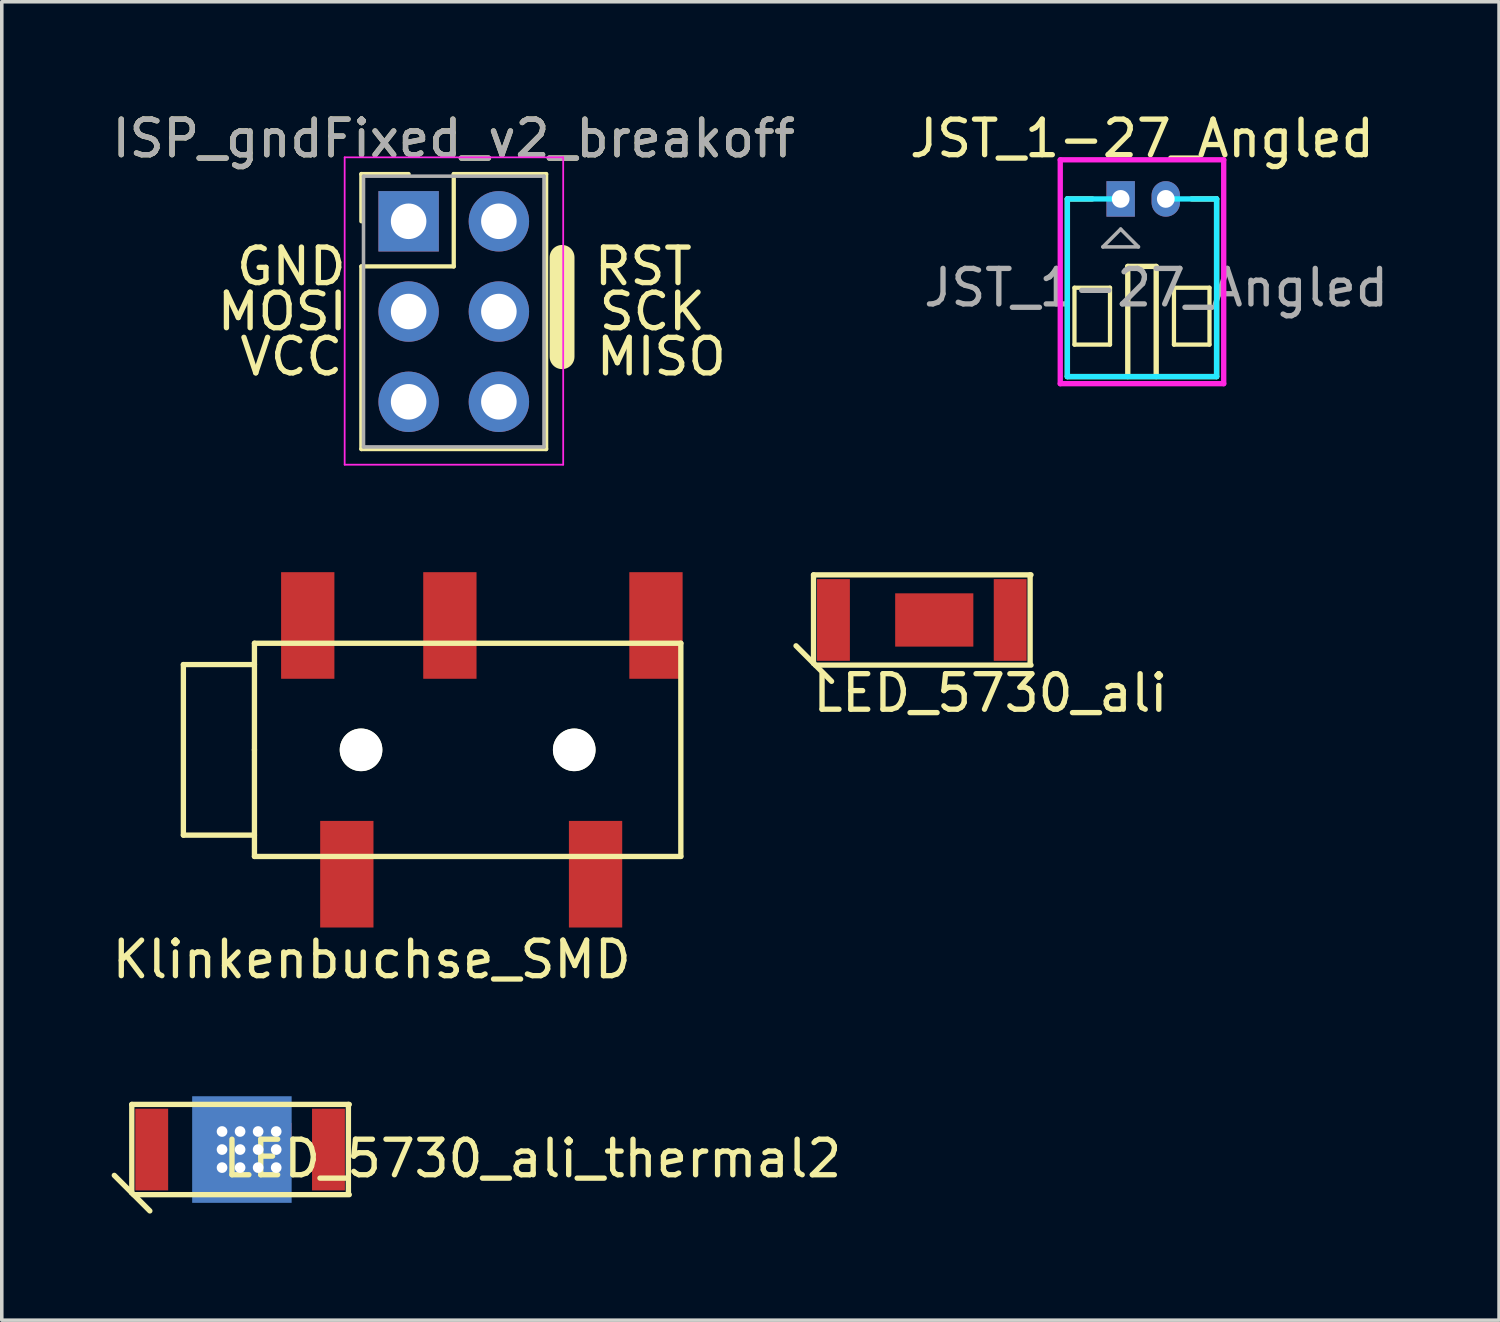
<source format=kicad_pcb>
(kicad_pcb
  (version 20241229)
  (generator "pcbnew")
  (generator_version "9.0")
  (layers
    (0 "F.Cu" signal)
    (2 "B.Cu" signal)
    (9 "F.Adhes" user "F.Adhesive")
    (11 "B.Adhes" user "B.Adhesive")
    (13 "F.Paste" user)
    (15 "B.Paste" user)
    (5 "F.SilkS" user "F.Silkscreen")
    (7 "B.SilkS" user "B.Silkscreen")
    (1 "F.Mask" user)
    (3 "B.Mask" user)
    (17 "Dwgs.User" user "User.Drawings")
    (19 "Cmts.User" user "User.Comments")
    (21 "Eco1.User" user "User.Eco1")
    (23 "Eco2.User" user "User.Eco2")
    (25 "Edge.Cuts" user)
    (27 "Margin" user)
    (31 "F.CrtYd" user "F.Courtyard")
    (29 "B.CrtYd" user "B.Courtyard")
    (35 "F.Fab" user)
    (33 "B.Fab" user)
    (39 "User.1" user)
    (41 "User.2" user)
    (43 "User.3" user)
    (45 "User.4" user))
  (footprint "ISP_gndFixed_v2_breakoff"
    (layer "F.Cu")
    (at 8.45 3.178)
    (property "Reference" "ISP_gndFixed_v2_breakoff" (at 1.27 -2.33 0) (layer "F.SilkS") (effects (font (size 1 1) (thickness 0.15))))
    (attr through_hole)
    (fp_line (start -1.33 -1.33) (end 0 -1.33) (stroke (width 0.12) (type solid)) (layer "F.SilkS"))
    (fp_line (start -1.33 0) (end -1.33 -1.33) (stroke (width 0.12) (type solid)) (layer "F.SilkS"))
    (fp_line (start -1.33 1.27) (end -1.33 6.41) (stroke (width 0.12) (type solid)) (layer "F.SilkS"))
    (fp_line (start -1.33 6.41) (end 3.87 6.41) (stroke (width 0.12) (type solid)) (layer "F.SilkS"))
    (fp_line (start 1.27 -1.33) (end 1.27 1.27) (stroke (width 0.12) (type solid)) (layer "F.SilkS"))
    (fp_line (start 1.27 1.27) (end -1.33 1.27) (stroke (width 0.12) (type solid)) (layer "F.SilkS"))
    (fp_line (start 3.87 -1.33) (end 1.27 -1.33) (stroke (width 0.12) (type solid)) (layer "F.SilkS"))
    (fp_line (start 3.87 6.41) (end 3.87 -1.33) (stroke (width 0.12) (type solid)) (layer "F.SilkS"))
    (fp_line (start 4.318 1.016) (end 4.318 3.81) (stroke (width 0.7) (type solid)) (layer "F.SilkS"))
    (fp_line (start -1.8 -1.8) (end -1.8 6.85) (stroke (width 0.05) (type solid)) (layer "F.CrtYd"))
    (fp_line (start -1.8 6.85) (end 4.35 6.85) (stroke (width 0.05) (type solid)) (layer "F.CrtYd"))
    (fp_line (start 4.35 -1.8) (end -1.8 -1.8) (stroke (width 0.05) (type solid)) (layer "F.CrtYd"))
    (fp_line (start 4.35 6.85) (end 4.35 -1.8) (stroke (width 0.05) (type solid)) (layer "F.CrtYd"))
    (fp_line (start -1.27 -1.27) (end -1.27 6.35) (stroke (width 0.1) (type solid)) (layer "F.Fab"))
    (fp_line (start -1.27 6.35) (end 3.81 6.35) (stroke (width 0.1) (type solid)) (layer "F.Fab"))
    (fp_line (start 3.81 -1.27) (end -1.27 -1.27) (stroke (width 0.1) (type solid)) (layer "F.Fab"))
    (fp_line (start 3.81 6.35) (end 3.81 -1.27) (stroke (width 0.1) (type solid)) (layer "F.Fab"))
    (fp_text user "MOSI" (at -3.556 2.54 0) (layer "F.SilkS") (effects (font (size 1 1) (thickness 0.15))))
    (fp_text user "SCK" (at 6.858 2.54 0) (layer "F.SilkS") (effects (font (size 1 1) (thickness 0.15))))
    (fp_text user "VCC" (at -3.302 3.81 0) (layer "F.SilkS") (effects (font (size 1 1) (thickness 0.15))))
    (fp_text user "RST" (at 6.604 1.27 0) (layer "F.SilkS") (effects (font (size 1 1) (thickness 0.15))))
    (fp_text user "MISO" (at 7.112 3.81 0) (layer "F.SilkS") (effects (font (size 1 1) (thickness 0.15))))
    (fp_text user "GND" (at -3.302 1.27 0) (layer "F.SilkS") (effects (font (size 1 1) (thickness 0.15))))
    (fp_text user "${REFERENCE}" (at 1.27 -2.33 0) (layer "F.Fab") (effects (font (size 1 1) (thickness 0.15))))
    (pad "1" thru_hole oval (at 2.54 5.08) (size 1.7 1.7) (drill 1) (layers "*.Cu" "*.Mask"))
    (pad "2" thru_hole oval (at 0 5.08) (size 1.7 1.7) (drill 1) (layers "*.Cu" "*.Mask"))
    (pad "3" thru_hole oval (at 2.54 2.54) (size 1.7 1.7) (drill 1) (layers "*.Cu" "*.Mask"))
    (pad "4" thru_hole oval (at 0 2.54) (size 1.7 1.7) (drill 1) (layers "*.Cu" "*.Mask"))
    (pad "5" thru_hole oval (at 2.54 0) (size 1.7 1.7) (drill 1) (layers "*.Cu" "*.Mask"))
    (pad "6" thru_hole rect (at 0 0) (size 1.7 1.7) (drill 1) (layers "*.Cu" "*.Mask")))
  (footprint "Klinkenbuchse_SMD"
    (layer "F.Cu")
    (at 4.111 18.053)
    (property "Reference" "Klinkenbuchse_SMD" (at 3.3 5.9 0) (layer "F.SilkS") (effects (font (size 1 1) (thickness 0.15))))
    (attr through_hole)
    (fp_line (start -2 2.4) (end -2 -2.4) (stroke (width 0.15) (type solid)) (layer "F.SilkS"))
    (fp_line (start 0 -3) (end 12 -3) (stroke (width 0.15) (type solid)) (layer "F.SilkS"))
    (fp_line (start 0 -2.4) (end -2 -2.4) (stroke (width 0.15) (type solid)) (layer "F.SilkS"))
    (fp_line (start 0 0) (end 0 -3) (stroke (width 0.15) (type solid)) (layer "F.SilkS"))
    (fp_line (start 0 2.4) (end -2 2.4) (stroke (width 0.15) (type solid)) (layer "F.SilkS"))
    (fp_line (start 0 3) (end 0 0) (stroke (width 0.15) (type solid)) (layer "F.SilkS"))
    (fp_line (start 12 -3) (end 12 3) (stroke (width 0.15) (type solid)) (layer "F.SilkS"))
    (fp_line (start 12 3) (end 0 3) (stroke (width 0.15) (type solid)) (layer "F.SilkS"))
    (pad "" np_thru_hole circle (at 3 0) (size 1.2 1.2) (drill 1.2) (layers "*.Cu" "*.Mask" "F.SilkS"))
    (pad "" np_thru_hole circle (at 9 0) (size 1.2 1.2) (drill 1.2) (layers "*.Cu" "*.Mask" "F.SilkS"))
    (pad "2" smd rect (at 9.6 3.5) (size 1.5 3) (layers "F.Cu" "F.Mask" "F.Paste"))
    (pad "3" smd rect (at 2.6 3.5) (size 1.5 3) (layers "F.Cu" "F.Mask" "F.Paste"))
    (pad "4" smd rect (at 1.5 -3.5) (size 1.5 3) (layers "F.Cu" "F.Mask" "F.Paste"))
    (pad "5" smd rect (at 5.5 -3.5) (size 1.5 3) (layers "F.Cu" "F.Mask" "F.Paste"))
    (pad "6" smd rect (at 11.3 -3.5) (size 1.5 3) (layers "F.Cu" "F.Mask" "F.Paste")))
  (footprint "JST_1-27_Angled"
    (layer "F.Cu")
    (at 28.489 2.548)
    (property "Reference" "JST_1-27_Angled" (at 0.6 -1.7 0) (layer "F.SilkS") (effects (font (size 1 1) (thickness 0.15))))
    (attr through_hole)
    (fp_line (start -1.5 0) (end -1.5 5) (stroke (width 0.15) (type solid)) (layer "F.SilkS"))
    (fp_line (start -1.5 0) (end -0.8 0) (stroke (width 0.15) (type solid)) (layer "F.SilkS"))
    (fp_line (start -1.5 5) (end 2.7 5) (stroke (width 0.15) (type solid)) (layer "F.SilkS"))
    (fp_line (start -1.3 2.5) (end -1.3 4.1) (stroke (width 0.12) (type solid)) (layer "F.SilkS"))
    (fp_line (start -1.3 4.1) (end -0.3 4.1) (stroke (width 0.12) (type solid)) (layer "F.SilkS"))
    (fp_line (start -0.3 2.5) (end -1.3 2.5) (stroke (width 0.12) (type solid)) (layer "F.SilkS"))
    (fp_line (start -0.3 4.1) (end -0.3 2.5) (stroke (width 0.12) (type solid)) (layer "F.SilkS"))
    (fp_line (start 0.2 1.9) (end 1 1.9) (stroke (width 0.15) (type solid)) (layer "F.SilkS"))
    (fp_line (start 0.2 5) (end 0.2 1.9) (stroke (width 0.15) (type solid)) (layer "F.SilkS"))
    (fp_line (start 1 1.9) (end 1 5) (stroke (width 0.15) (type solid)) (layer "F.SilkS"))
    (fp_line (start 1.5 2.5) (end 2.5 2.5) (stroke (width 0.12) (type solid)) (layer "F.SilkS"))
    (fp_line (start 1.5 4.1) (end 1.5 2.5) (stroke (width 0.12) (type solid)) (layer "F.SilkS"))
    (fp_line (start 2.5 4.1) (end 1.5 4.1) (stroke (width 0.12) (type solid)) (layer "F.SilkS"))
    (fp_line (start 2.5 4.1) (end 2.5 2.5) (stroke (width 0.12) (type solid)) (layer "F.SilkS"))
    (fp_line (start 2.7 0) (end 2 0) (stroke (width 0.15) (type solid)) (layer "F.SilkS"))
    (fp_line (start 2.7 5) (end 2.7 0) (stroke (width 0.15) (type solid)) (layer "F.SilkS"))
    (fp_line (start -1.5 0) (end -1.5 5) (stroke (width 0.15) (type solid)) (layer "B.CrtYd"))
    (fp_line (start 0 0) (end -1.5 0) (stroke (width 0.15) (type solid)) (layer "B.CrtYd"))
    (fp_line (start 2.7 0) (end 1.27 0) (stroke (width 0.15) (type solid)) (layer "B.CrtYd"))
    (fp_line (start 2.7 5) (end -1.5 5) (stroke (width 0.15) (type solid)) (layer "B.CrtYd"))
    (fp_line (start 2.7 5) (end 2.7 0) (stroke (width 0.15) (type solid)) (layer "B.CrtYd"))
    (fp_line (start -1.7 -1.1) (end 2.9 -1.1) (stroke (width 0.15) (type solid)) (layer "F.CrtYd"))
    (fp_line (start -1.7 5.2) (end -1.7 -1.1) (stroke (width 0.15) (type solid)) (layer "F.CrtYd"))
    (fp_line (start 2.9 -1.1) (end 2.9 5.2) (stroke (width 0.15) (type solid)) (layer "F.CrtYd"))
    (fp_line (start 2.9 5.2) (end -1.7 5.2) (stroke (width 0.15) (type solid)) (layer "F.CrtYd"))
    (fp_line (start -0.5 1.35) (end 0.5 1.35) (stroke (width 0.1) (type solid)) (layer "F.Fab"))
    (fp_line (start 0 0.85) (end -0.5 1.35) (stroke (width 0.1) (type solid)) (layer "F.Fab"))
    (fp_line (start 0.5 1.35) (end 0 0.85) (stroke (width 0.1) (type solid)) (layer "F.Fab"))
    (fp_text user "${REFERENCE}" (at 1 2.5 0) (layer "F.Fab") (effects (font (size 1 1) (thickness 0.15))))
    (pad "1" thru_hole rect (at 0 0) (size 0.8 1) (drill 0.5) (layers "*.Cu" "*.Mask"))
    (pad "2" thru_hole oval (at 1.27 0) (size 0.8 1) (drill 0.5) (layers "*.Cu" "*.Mask")))
  (footprint "LED_5730_ali"
    (layer "F.Cu")
    (at 22.893 14.398)
    (property "Reference" "LED_5730_ali" (at 1.93 2.057 0) (layer "F.SilkS") (effects (font (size 1 1) (thickness 0.15))))
    (attr through_hole)
    (fp_line (start -3.632 0) (end -3.302 0) (stroke (width 0.15) (type solid)) (layer "F.Mask"))
    (fp_line (start -3.48 -0.178) (end -3.48 0.203) (stroke (width 0.15) (type solid)) (layer "F.Mask"))
    (fp_line (start -3.54 0.727) (end -2.54 1.727) (stroke (width 0.15) (type solid)) (layer "F.SilkS"))
    (fp_line (start -3.048 -1.27) (end -3.048 1.219) (stroke (width 0.15) (type solid)) (layer "F.SilkS"))
    (fp_line (start -3.048 1.219) (end -3.048 1.219) (stroke (width 0.15) (type solid)) (layer "F.SilkS"))
    (fp_line (start 3.048 -1.27) (end 3.048 1.219) (stroke (width 0.15) (type solid)) (layer "F.SilkS"))
    (fp_line (start 3.073 -1.27) (end -3.048 -1.27) (stroke (width 0.15) (type solid)) (layer "F.SilkS"))
    (fp_line (start 3.073 1.27) (end -2.997 1.27) (stroke (width 0.15) (type solid)) (layer "F.SilkS"))
    (pad "1" smd rect (at -2.487 0) (size 0.925 2.3) (layers "F.Cu" "F.Mask" "F.Paste"))
    (pad "2" smd rect (at 2.487 0) (size 0.925 2.3) (layers "F.Cu" "F.Mask" "F.Paste"))
    (pad "EP" smd rect (at 0.35 0) (size 2.2 1.5) (layers "F.Cu" "F.Mask" "F.Paste")))
  (footprint "LED_5730_ali_thermal2"
    (layer "F.Cu")
    (at 3.707 29.302)
    (property "Reference" "LED_5730_ali_thermal2" (at 8.224 0.254 0) (layer "F.SilkS") (effects (font (size 1 1) (thickness 0.15))))
    (attr through_hole)
    (fp_line (start -3.632 0) (end -3.302 0) (stroke (width 0.15) (type solid)) (layer "F.Mask"))
    (fp_line (start -3.48 -0.178) (end -3.48 0.203) (stroke (width 0.15) (type solid)) (layer "F.Mask"))
    (fp_line (start -3.54 0.727) (end -2.54 1.727) (stroke (width 0.15) (type solid)) (layer "F.SilkS"))
    (fp_line (start -3.048 -1.27) (end -3.048 1.219) (stroke (width 0.15) (type solid)) (layer "F.SilkS"))
    (fp_line (start -3.048 1.219) (end -3.048 1.219) (stroke (width 0.15) (type solid)) (layer "F.SilkS"))
    (fp_line (start 3.048 -1.27) (end 3.048 1.219) (stroke (width 0.15) (type solid)) (layer "F.SilkS"))
    (fp_line (start 3.073 -1.27) (end -3.048 -1.27) (stroke (width 0.15) (type solid)) (layer "F.SilkS"))
    (fp_line (start 3.073 1.27) (end -2.997 1.27) (stroke (width 0.15) (type solid)) (layer "F.SilkS"))
    (pad "1" smd rect (at -2.487 0) (size 0.925 2.3) (layers "F.Cu" "F.Mask" "F.Paste"))
    (pad "2" smd rect (at 2.487 0) (size 0.925 2.3) (layers "F.Cu" "F.Mask" "F.Paste"))
    (pad "EP" thru_hole circle (at -0.508 -0.508) (size 0.4 0.4) (drill 0.3) (layers "*.Cu" "*.Mask"))
    (pad "EP" thru_hole circle (at -0.508 0) (size 0.4 0.4) (drill 0.3) (layers "*.Cu" "*.Mask"))
    (pad "EP" thru_hole circle (at -0.508 0.508) (size 0.4 0.4) (drill 0.3) (layers "*.Cu" "*.Mask"))
    (pad "EP" thru_hole circle (at 0 -0.508) (size 0.4 0.4) (drill 0.3) (layers "*.Cu" "*.Mask"))
    (pad "EP" thru_hole circle (at 0 0) (size 0.4 0.4) (drill 0.3) (layers "*.Cu" "*.Mask"))
    (pad "EP" thru_hole circle (at 0 0.508) (size 0.4 0.4) (drill 0.3) (layers "*.Cu" "*.Mask"))
    (pad "EP" smd rect (at 0.051 0) (size 2.8 3) (layers "B.Cu" "B.Mask"))
    (pad "EP" smd rect (at 0.35 0) (size 2.2 1.5) (layers "F.Cu" "F.Mask" "F.Paste"))
    (pad "EP" thru_hole circle (at 0.508 -0.508) (size 0.4 0.4) (drill 0.3) (layers "*.Cu" "*.Mask"))
    (pad "EP" thru_hole circle (at 0.508 0) (size 0.4 0.4) (drill 0.3) (layers "*.Cu" "*.Mask"))
    (pad "EP" thru_hole circle (at 0.508 0.508) (size 0.4 0.4) (drill 0.3) (layers "*.Cu" "*.Mask"))
    (pad "EP" thru_hole circle (at 1.016 -0.508) (size 0.4 0.4) (drill 0.3) (layers "*.Cu" "*.Mask"))
    (pad "EP" thru_hole circle (at 1.016 0) (size 0.4 0.4) (drill 0.3) (layers "*.Cu" "*.Mask"))
    (pad "EP" thru_hole circle (at 1.016 0.508) (size 0.4 0.4) (drill 0.3) (layers "*.Cu" "*.Mask")))
  (gr_rect
    (start -3 -3)
    (end 39.138 34.104)
    (stroke (width 0.1) (type default))
    (fill no)
    (layer "Edge.Cuts")))
</source>
